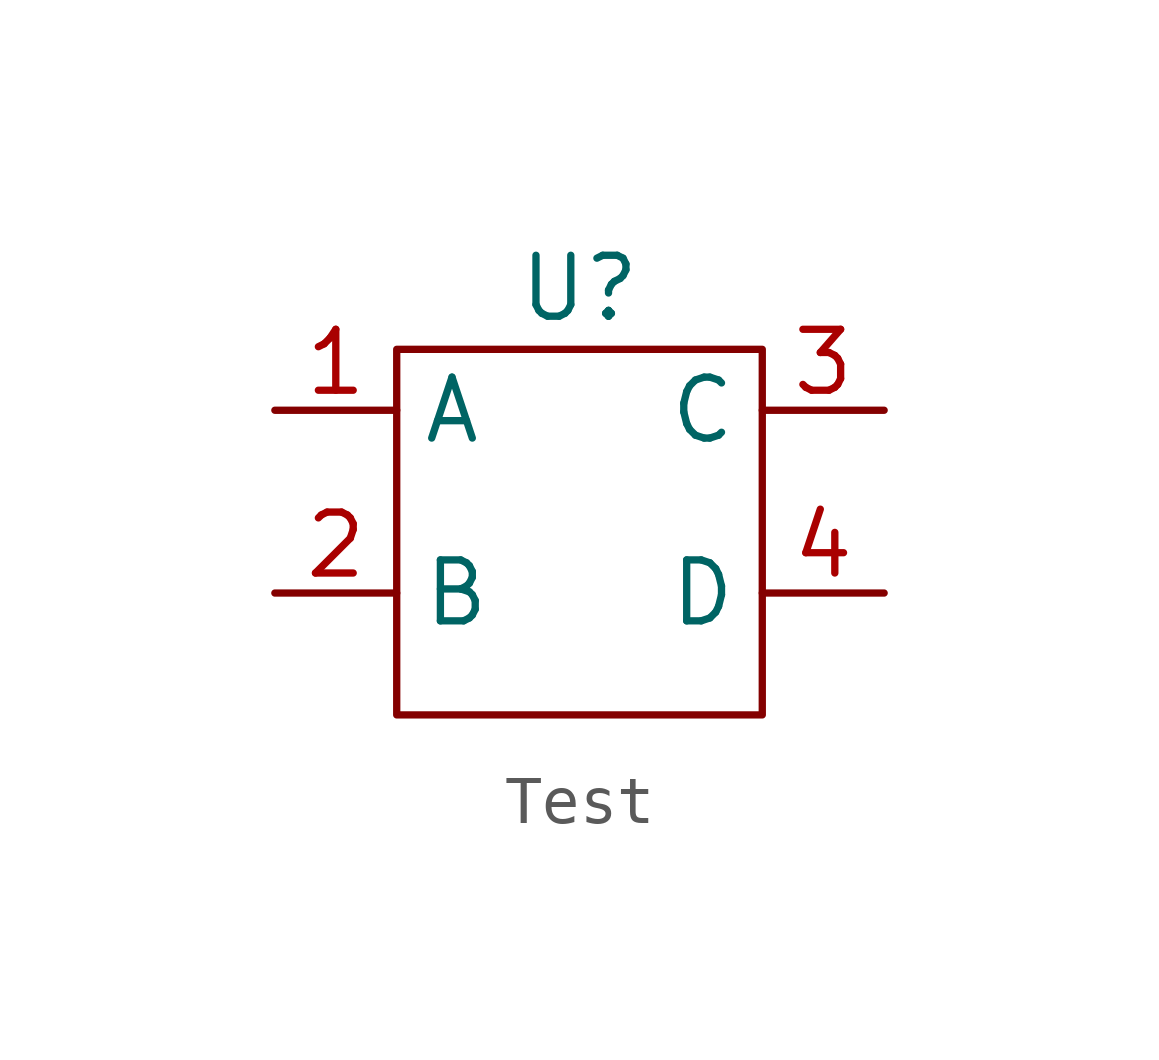
<source format=kicad_sym>
(kicad_symbol_lib
  (version 20220914)
  (generator kicad_symbol_editor)
  (symbol "Test"
    (property "Reference" "U"
      (at 0 0 0)
      (effects (font (size 1.27 1.27))))
    (property "Value" ""
      (at 0 0 0)
      (effects (font (size 1.27 1.27))))
    (symbol "Test_0_1"
      (polyline (pts (xy -3.81 -1.27) (xy 3.81 -1.27) (xy 3.81 -8.89) (xy -3.81 -8.89) (xy -3.81 -1.27)) (stroke (width 0) (type default)) (fill (type none))))
    (symbol "Test_1_1"
      (pin input line (at -6.35 -2.54 0) (length 2.54) (name "A" (effects (font (size 1.27 1.27)))) (number "1" (effects (font (size 1.27 1.27)))))
      (pin input line (at -6.35 -6.35 0) (length 2.54) (name "B" (effects (font (size 1.27 1.27)))) (number "2" (effects (font (size 1.27 1.27)))))
      (pin output line (at 6.35 -2.54 180) (length 2.54) (name "C" (effects (font (size 1.27 1.27)))) (number "3" (effects (font (size 1.27 1.27)))))
      (pin output line (at 6.35 -6.35 180) (length 2.54) (name "D" (effects (font (size 1.27 1.27)))) (number "4" (effects (font (size 1.27 1.27))))))))
</source>
